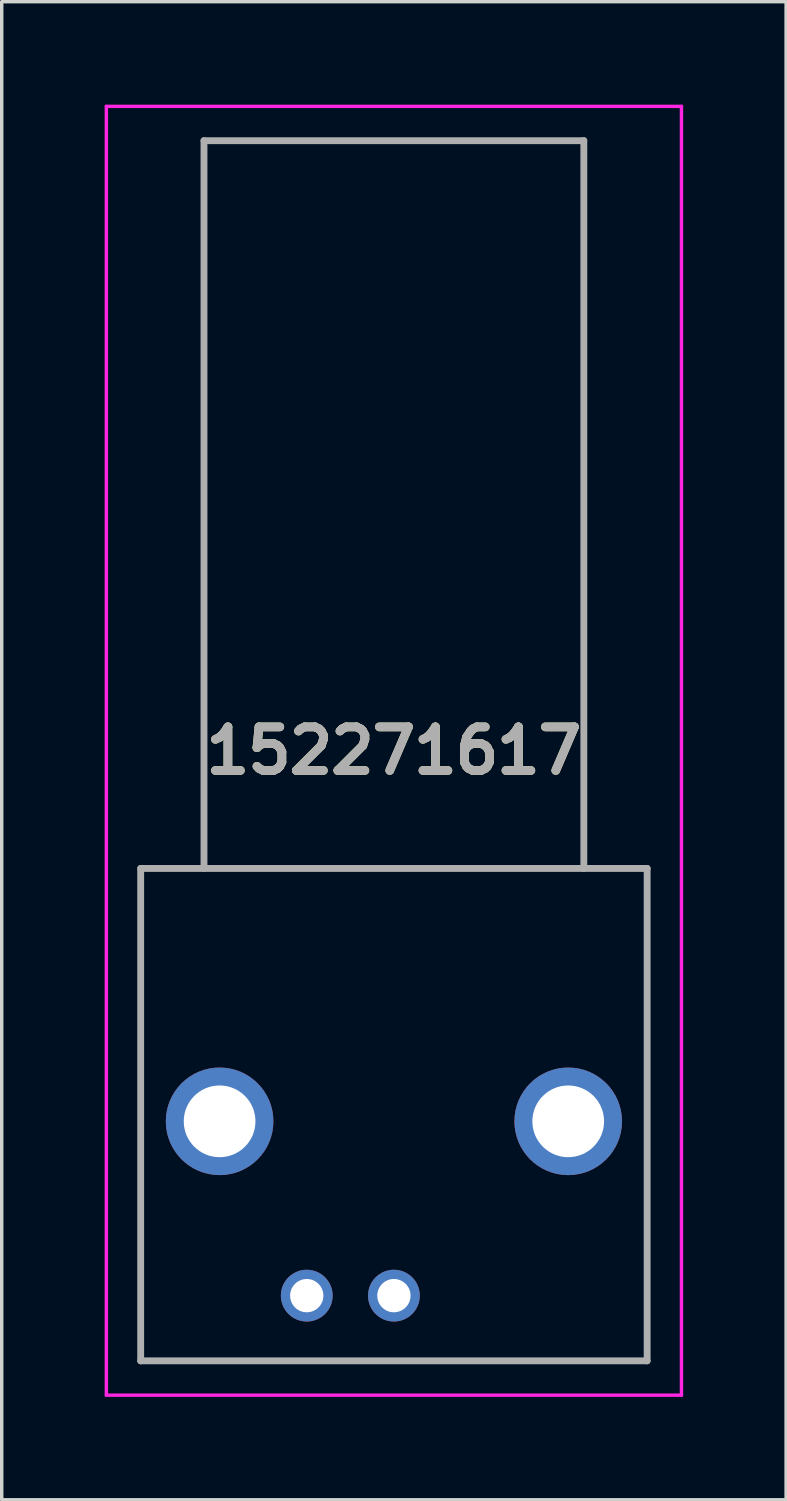
<source format=kicad_pcb>
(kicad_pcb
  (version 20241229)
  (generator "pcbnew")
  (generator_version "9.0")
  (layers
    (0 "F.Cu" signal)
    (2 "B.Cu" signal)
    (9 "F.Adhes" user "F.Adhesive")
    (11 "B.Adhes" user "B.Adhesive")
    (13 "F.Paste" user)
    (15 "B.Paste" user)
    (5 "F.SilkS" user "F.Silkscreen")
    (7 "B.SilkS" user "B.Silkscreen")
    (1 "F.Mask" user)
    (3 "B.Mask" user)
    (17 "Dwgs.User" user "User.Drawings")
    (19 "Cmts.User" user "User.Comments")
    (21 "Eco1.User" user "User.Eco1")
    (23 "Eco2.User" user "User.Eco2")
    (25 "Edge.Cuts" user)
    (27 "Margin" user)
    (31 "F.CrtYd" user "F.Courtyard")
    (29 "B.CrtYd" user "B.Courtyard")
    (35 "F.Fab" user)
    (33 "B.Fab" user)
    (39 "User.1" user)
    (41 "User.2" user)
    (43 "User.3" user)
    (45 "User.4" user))
  (footprint "152271617"
    (layer "F.Cu")
    (at 5.89 34.71)
    (property "Reference" "152271617" (at 2.54 -15.88 0) (layer "F.SilkS") (effects (font (size 1.27 1.27) (thickness 0.254))))
    (attr through_hole)
    (fp_line (start -4.84 -12.45) (end 9.92 -12.45) (stroke (width 0.1) (type solid)) (layer "F.SilkS"))
    (fp_line (start -4.84 1.9) (end -4.84 -12.45) (stroke (width 0.1) (type solid)) (layer "F.SilkS"))
    (fp_line (start -2.995 -33.66) (end 8.075 -33.66) (stroke (width 0.1) (type solid)) (layer "F.SilkS"))
    (fp_line (start -2.995 -12.895) (end -2.995 -33.66) (stroke (width 0.1) (type solid)) (layer "F.SilkS"))
    (fp_line (start 8.075 -33.66) (end 8.075 -12.45) (stroke (width 0.1) (type solid)) (layer "F.SilkS"))
    (fp_line (start 9.92 -12.45) (end 9.92 1.9) (stroke (width 0.1) (type solid)) (layer "F.SilkS"))
    (fp_line (start 9.92 1.9) (end -4.84 1.9) (stroke (width 0.1) (type solid)) (layer "F.SilkS"))
    (fp_line (start -5.84 -34.66) (end 10.92 -34.66) (stroke (width 0.1) (type solid)) (layer "F.CrtYd"))
    (fp_line (start -5.84 2.9) (end -5.84 -34.66) (stroke (width 0.1) (type solid)) (layer "F.CrtYd"))
    (fp_line (start 10.92 -34.66) (end 10.92 2.9) (stroke (width 0.1) (type solid)) (layer "F.CrtYd"))
    (fp_line (start 10.92 2.9) (end -5.84 2.9) (stroke (width 0.1) (type solid)) (layer "F.CrtYd"))
    (fp_line (start -4.84 -12.45) (end 9.92 -12.45) (stroke (width 0.2) (type solid)) (layer "F.Fab"))
    (fp_line (start -4.84 1.9) (end -4.84 -12.45) (stroke (width 0.2) (type solid)) (layer "F.Fab"))
    (fp_line (start -2.995 -33.66) (end 8.075 -33.66) (stroke (width 0.2) (type solid)) (layer "F.Fab"))
    (fp_line (start -2.995 -12.45) (end -2.995 -33.66) (stroke (width 0.2) (type solid)) (layer "F.Fab"))
    (fp_line (start 8.075 -33.66) (end 8.075 -12.45) (stroke (width 0.2) (type solid)) (layer "F.Fab"))
    (fp_line (start 9.92 -12.45) (end 9.92 1.9) (stroke (width 0.2) (type solid)) (layer "F.Fab"))
    (fp_line (start 9.92 1.9) (end -4.84 1.9) (stroke (width 0.2) (type solid)) (layer "F.Fab"))
    (fp_text user "${REFERENCE}" (at 2.54 -15.88 0) (layer "F.Fab") (effects (font (size 1.27 1.27) (thickness 0.254))))
    (pad "1" thru_hole circle (at 0 0) (size 1.509 1.509) (drill 0.97) (layers "*.Cu" "*.Mask"))
    (pad "2" thru_hole circle (at 2.54 0) (size 1.509 1.509) (drill 0.97) (layers "*.Cu" "*.Mask"))
    (pad "MH1" thru_hole circle (at -2.54 -5.08) (size 3.135 3.135) (drill 2.09) (layers "*.Cu" "*.Mask"))
    (pad "MH2" thru_hole circle (at 7.62 -5.08) (size 3.135 3.135) (drill 2.09) (layers "*.Cu" "*.Mask")))
  (gr_rect
    (start -3 -3)
    (end 19.86 40.66)
    (stroke (width 0.1) (type default))
    (fill no)
    (layer "Edge.Cuts")))
</source>
